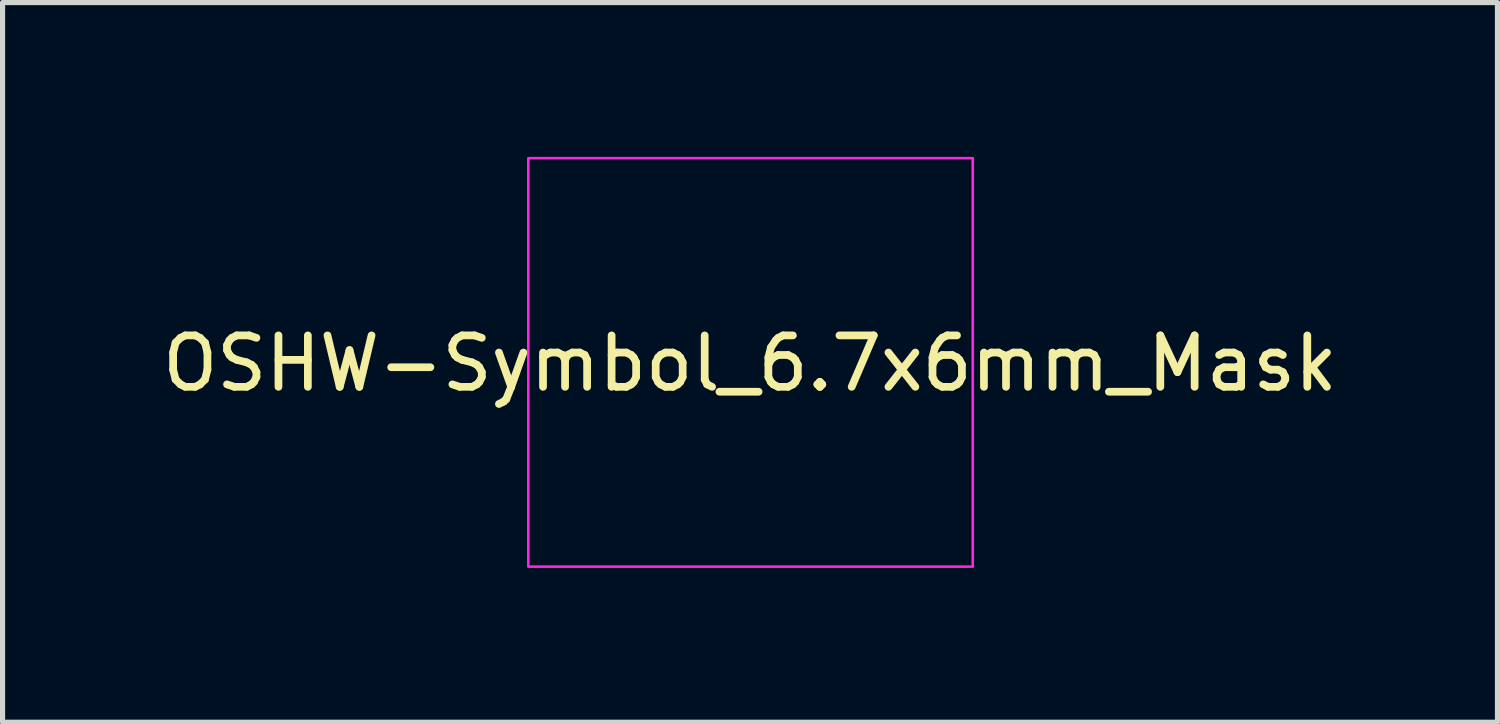
<source format=kicad_pcb>
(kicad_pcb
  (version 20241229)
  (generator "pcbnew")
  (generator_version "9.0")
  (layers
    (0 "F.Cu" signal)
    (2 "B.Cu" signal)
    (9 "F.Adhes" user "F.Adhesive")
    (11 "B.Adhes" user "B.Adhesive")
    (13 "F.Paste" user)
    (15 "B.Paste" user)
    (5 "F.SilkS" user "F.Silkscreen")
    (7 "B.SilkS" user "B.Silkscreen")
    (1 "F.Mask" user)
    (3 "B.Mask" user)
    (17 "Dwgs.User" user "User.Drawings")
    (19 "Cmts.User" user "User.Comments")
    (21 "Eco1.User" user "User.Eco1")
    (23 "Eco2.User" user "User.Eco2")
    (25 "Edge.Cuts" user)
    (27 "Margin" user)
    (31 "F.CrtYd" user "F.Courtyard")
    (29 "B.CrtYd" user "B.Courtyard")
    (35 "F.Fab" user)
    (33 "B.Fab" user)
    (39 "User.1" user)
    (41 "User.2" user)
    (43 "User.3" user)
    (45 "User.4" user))
  (footprint "OSHW-Symbol_6.7x6mm_Mask"
    (layer "F.Cu")
    (at 11.53 4.015)
    (property "Reference" "OSHW-Symbol_6.7x6mm_Mask" (at 0 0 0) (layer "F.SilkS") (effects (font (size 1 1) (thickness 0.15))))
    (attr exclude_from_pos_files exclude_from_bom)
    (fp_poly (pts (xy 0.556 -2.531) (xy 0.64 -2.086) (xy 0.949 -1.959) (xy 1.258 -1.831) (xy 1.629 -2.084) (xy 1.733 -2.154) (xy 1.827 -2.217) (xy 1.907 -2.269) (xy 1.967 -2.308) (xy 2.005 -2.331) (xy 2.015 -2.336) (xy 2.034 -2.323) (xy 2.073 -2.288) (xy 2.13 -2.235) (xy 2.198 -2.168) (xy 2.274 -2.093) (xy 2.353 -2.013) (xy 2.431 -1.932) (xy 2.504 -1.857) (xy 2.567 -1.79) (xy 2.615 -1.737) (xy 2.644 -1.702) (xy 2.651 -1.69) (xy 2.641 -1.669) (xy 2.613 -1.621) (xy 2.569 -1.553) (xy 2.513 -1.468) (xy 2.448 -1.371) (xy 2.41 -1.316) (xy 2.341 -1.215) (xy 2.28 -1.124) (xy 2.23 -1.047) (xy 2.193 -0.989) (xy 2.172 -0.955) (xy 2.169 -0.948) (xy 2.176 -0.927) (xy 2.195 -0.879) (xy 2.223 -0.811) (xy 2.257 -0.729) (xy 2.295 -0.64) (xy 2.333 -0.55) (xy 2.369 -0.467) (xy 2.4 -0.396) (xy 2.423 -0.346) (xy 2.435 -0.322) (xy 2.436 -0.321) (xy 2.455 -0.316) (xy 2.505 -0.306) (xy 2.581 -0.291) (xy 2.678 -0.272) (xy 2.791 -0.251) (xy 2.856 -0.239) (xy 2.977 -0.216) (xy 3.086 -0.194) (xy 3.177 -0.174) (xy 3.246 -0.158) (xy 3.287 -0.147) (xy 3.296 -0.143) (xy 3.304 -0.119) (xy 3.31 -0.064) (xy 3.315 0.015) (xy 3.318 0.112) (xy 3.32 0.22) (xy 3.321 0.333) (xy 3.319 0.445) (xy 3.317 0.549) (xy 3.312 0.638) (xy 3.307 0.707) (xy 3.299 0.748) (xy 3.295 0.757) (xy 3.269 0.767) (xy 3.213 0.782) (xy 3.136 0.799) (xy 3.044 0.818) (xy 3.012 0.824) (xy 2.858 0.852) (xy 2.735 0.875) (xy 2.642 0.893) (xy 2.572 0.908) (xy 2.523 0.919) (xy 2.491 0.929) (xy 2.471 0.938) (xy 2.459 0.947) (xy 2.457 0.948) (xy 2.44 0.976) (xy 2.415 1.031) (xy 2.383 1.105) (xy 2.347 1.192) (xy 2.311 1.286) (xy 2.275 1.379) (xy 2.244 1.466) (xy 2.219 1.539) (xy 2.203 1.592) (xy 2.199 1.618) (xy 2.2 1.619) (xy 2.214 1.64) (xy 2.245 1.687) (xy 2.291 1.755) (xy 2.349 1.838) (xy 2.413 1.933) (xy 2.432 1.96) (xy 2.498 2.057) (xy 2.556 2.146) (xy 2.603 2.221) (xy 2.635 2.278) (xy 2.651 2.311) (xy 2.651 2.315) (xy 2.638 2.336) (xy 2.603 2.377) (xy 2.549 2.435) (xy 2.482 2.505) (xy 2.406 2.582) (xy 2.326 2.662) (xy 2.245 2.74) (xy 2.17 2.811) (xy 2.103 2.872) (xy 2.051 2.918) (xy 2.017 2.944) (xy 2.008 2.948) (xy 1.986 2.938) (xy 1.941 2.911) (xy 1.88 2.872) (xy 1.834 2.84) (xy 1.749 2.782) (xy 1.65 2.714) (xy 1.549 2.646) (xy 1.496 2.609) (xy 1.313 2.486) (xy 1.16 2.569) (xy 1.091 2.605) (xy 1.031 2.633) (xy 0.991 2.649) (xy 0.981 2.651) (xy 0.969 2.635) (xy 0.945 2.588) (xy 0.91 2.516) (xy 0.868 2.422) (xy 0.818 2.31) (xy 0.764 2.186) (xy 0.708 2.053) (xy 0.65 1.916) (xy 0.593 1.779) (xy 0.538 1.646) (xy 0.488 1.522) (xy 0.443 1.411) (xy 0.407 1.317) (xy 0.381 1.244) (xy 0.366 1.197) (xy 0.363 1.181) (xy 0.382 1.16) (xy 0.424 1.127) (xy 0.48 1.088) (xy 0.484 1.085) (xy 0.628 0.969) (xy 0.744 0.835) (xy 0.831 0.686) (xy 0.889 0.526) (xy 0.915 0.36) (xy 0.91 0.192) (xy 0.871 0.026) (xy 0.799 -0.134) (xy 0.778 -0.169) (xy 0.667 -0.309) (xy 0.536 -0.422) (xy 0.39 -0.507) (xy 0.233 -0.563) (xy 0.069 -0.589) (xy -0.097 -0.585) (xy -0.26 -0.551) (xy -0.416 -0.485) (xy -0.56 -0.388) (xy -0.605 -0.348) (xy -0.719 -0.224) (xy -0.802 -0.094) (xy -0.859 0.052) (xy -0.89 0.197) (xy -0.898 0.36) (xy -0.872 0.523) (xy -0.815 0.682) (xy -0.729 0.831) (xy -0.617 0.964) (xy -0.482 1.075) (xy -0.464 1.087) (xy -0.408 1.126) (xy -0.365 1.159) (xy -0.345 1.18) (xy -0.344 1.181) (xy -0.349 1.204) (xy -0.366 1.256) (xy -0.395 1.333) (xy -0.433 1.431) (xy -0.478 1.545) (xy -0.53 1.672) (xy -0.585 1.806) (xy -0.643 1.943) (xy -0.7 2.08) (xy -0.757 2.211) (xy -0.81 2.333) (xy -0.858 2.441) (xy -0.899 2.532) (xy -0.932 2.599) (xy -0.954 2.64) (xy -0.963 2.651) (xy -0.99 2.643) (xy -1.04 2.62) (xy -1.106 2.588) (xy -1.142 2.569) (xy -1.295 2.486) (xy -1.477 2.609) (xy -1.57 2.672) (xy -1.672 2.742) (xy -1.767 2.807) (xy -1.815 2.84) (xy -1.882 2.885) (xy -1.939 2.921) (xy -1.979 2.943) (xy -1.991 2.948) (xy -2.01 2.935) (xy -2.051 2.9) (xy -2.11 2.847) (xy -2.185 2.778) (xy -2.269 2.698) (xy -2.323 2.646) (xy -2.416 2.554) (xy -2.497 2.472) (xy -2.562 2.403) (xy -2.608 2.351) (xy -2.631 2.319) (xy -2.633 2.312) (xy -2.623 2.287) (xy -2.594 2.237) (xy -2.551 2.167) (xy -2.496 2.082) (xy -2.432 1.986) (xy -2.413 1.96) (xy -2.347 1.863) (xy -2.287 1.776) (xy -2.238 1.704) (xy -2.202 1.65) (xy -2.183 1.622) (xy -2.181 1.619) (xy -2.184 1.596) (xy -2.199 1.545) (xy -2.223 1.474) (xy -2.253 1.389) (xy -2.288 1.296) (xy -2.325 1.202) (xy -2.361 1.113) (xy -2.393 1.038) (xy -2.419 0.981) (xy -2.437 0.95) (xy -2.438 0.948) (xy -2.449 0.94) (xy -2.468 0.931) (xy -2.498 0.921) (xy -2.543 0.91) (xy -2.608 0.896) (xy -2.697 0.879) (xy -2.813 0.857) (xy -2.962 0.83) (xy -2.994 0.824) (xy -3.089 0.805) (xy -3.172 0.787) (xy -3.235 0.772) (xy -3.271 0.76) (xy -3.276 0.757) (xy -3.284 0.732) (xy -3.291 0.677) (xy -3.296 0.597) (xy -3.3 0.5) (xy -3.302 0.392) (xy -3.302 0.279) (xy -3.301 0.167) (xy -3.298 0.064) (xy -3.294 -0.026) (xy -3.289 -0.094) (xy -3.281 -0.135) (xy -3.277 -0.143) (xy -3.253 -0.152) (xy -3.197 -0.166) (xy -3.117 -0.183) (xy -3.016 -0.204) (xy -2.901 -0.227) (xy -2.838 -0.239) (xy -2.719 -0.261) (xy -2.613 -0.281) (xy -2.524 -0.298) (xy -2.46 -0.311) (xy -2.423 -0.319) (xy -2.417 -0.321) (xy -2.407 -0.34) (xy -2.386 -0.387) (xy -2.356 -0.455) (xy -2.32 -0.537) (xy -2.282 -0.626) (xy -2.244 -0.716) (xy -2.209 -0.8) (xy -2.18 -0.871) (xy -2.16 -0.922) (xy -2.151 -0.948) (xy -2.151 -0.949) (xy -2.161 -0.968) (xy -2.189 -1.014) (xy -2.233 -1.081) (xy -2.289 -1.165) (xy -2.354 -1.261) (xy -2.392 -1.316) (xy -2.461 -1.418) (xy -2.522 -1.509) (xy -2.573 -1.587) (xy -2.61 -1.647) (xy -2.63 -1.683) (xy -2.633 -1.691) (xy -2.62 -1.709) (xy -2.585 -1.75) (xy -2.533 -1.807) (xy -2.467 -1.876) (xy -2.393 -1.953) (xy -2.314 -2.033) (xy -2.235 -2.113) (xy -2.16 -2.187) (xy -2.095 -2.25) (xy -2.043 -2.299) (xy -2.008 -2.329) (xy -1.996 -2.336) (xy -1.978 -2.326) (xy -1.933 -2.298) (xy -1.866 -2.255) (xy -1.781 -2.199) (xy -1.684 -2.133) (xy -1.611 -2.084) (xy -1.24 -1.831) (xy -0.621 -2.086) (xy -0.537 -2.531) (xy -0.453 -2.976) (xy 0.472 -2.976) (xy 0.556 -2.531)) (stroke (width 0.01) (type solid)) (fill yes) (layer "F.Mask"))
    (fp_rect (start -4.31 -3.99) (end 4.33 3.95) (stroke (width 0.05) (type default)) (fill no) (layer "F.CrtYd")))
  (gr_rect
    (start -3 -3)
    (end 26.06 10.99)
    (stroke (width 0.1) (type default))
    (fill no)
    (layer "Edge.Cuts")))
</source>
